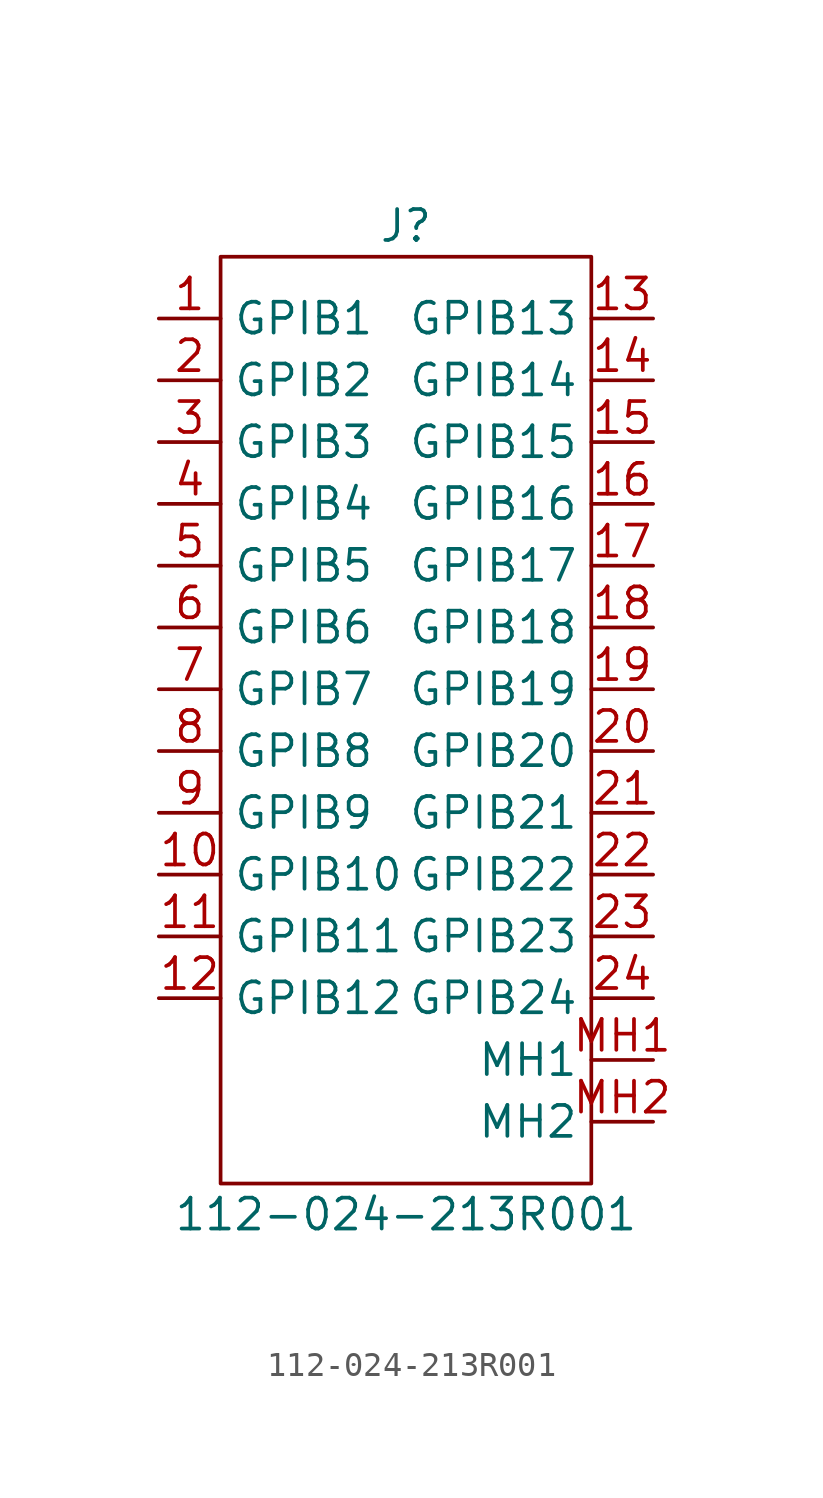
<source format=kicad_sym>
(kicad_symbol_lib
  (version 20211014)
  (generator kicad_symbol_editor)
  (symbol "112-024-213R001"
    (property "Reference" "J"
      (at 0 0 0)
      (effects (font (size 1.27 1.27))))
    (property "Value" "112-024-213R001"
      (at 0 -40.64 0)
      (effects (font (size 1.27 1.27))))
    (symbol "112-024-213R001_0_1"
      (rectangle (start -7.62 -1.27) (end 7.62 -39.37) (stroke (width 0.152) (type default) (color 0 0 0 0)) (fill (type none))))
    (symbol "112-024-213R001_1_1"
      (pin bidirectional line (at -10.16 -3.81 0) (length 2.54) (name "GPIB1" (effects (font (size 1.27 1.27)))) (number "1" (effects (font (size 1.27 1.27)))))
      (pin bidirectional line (at -10.16 -26.67 0) (length 2.54) (name "GPIB10" (effects (font (size 1.27 1.27)))) (number "10" (effects (font (size 1.27 1.27)))))
      (pin bidirectional line (at -10.16 -29.21 0) (length 2.54) (name "GPIB11" (effects (font (size 1.27 1.27)))) (number "11" (effects (font (size 1.27 1.27)))))
      (pin bidirectional line (at -10.16 -31.75 0) (length 2.54) (name "GPIB12" (effects (font (size 1.27 1.27)))) (number "12" (effects (font (size 1.27 1.27)))))
      (pin bidirectional line (at 10.16 -3.81 180) (length 2.54) (name "GPIB13" (effects (font (size 1.27 1.27)))) (number "13" (effects (font (size 1.27 1.27)))))
      (pin bidirectional line (at 10.16 -6.35 180) (length 2.54) (name "GPIB14" (effects (font (size 1.27 1.27)))) (number "14" (effects (font (size 1.27 1.27)))))
      (pin bidirectional line (at 10.16 -8.89 180) (length 2.54) (name "GPIB15" (effects (font (size 1.27 1.27)))) (number "15" (effects (font (size 1.27 1.27)))))
      (pin bidirectional line (at 10.16 -11.43 180) (length 2.54) (name "GPIB16" (effects (font (size 1.27 1.27)))) (number "16" (effects (font (size 1.27 1.27)))))
      (pin bidirectional line (at 10.16 -13.97 180) (length 2.54) (name "GPIB17" (effects (font (size 1.27 1.27)))) (number "17" (effects (font (size 1.27 1.27)))))
      (pin bidirectional line (at 10.16 -16.51 180) (length 2.54) (name "GPIB18" (effects (font (size 1.27 1.27)))) (number "18" (effects (font (size 1.27 1.27)))))
      (pin bidirectional line (at 10.16 -19.05 180) (length 2.54) (name "GPIB19" (effects (font (size 1.27 1.27)))) (number "19" (effects (font (size 1.27 1.27)))))
      (pin bidirectional line (at -10.16 -6.35 0) (length 2.54) (name "GPIB2" (effects (font (size 1.27 1.27)))) (number "2" (effects (font (size 1.27 1.27)))))
      (pin bidirectional line (at 10.16 -21.59 180) (length 2.54) (name "GPIB20" (effects (font (size 1.27 1.27)))) (number "20" (effects (font (size 1.27 1.27)))))
      (pin bidirectional line (at 10.16 -24.13 180) (length 2.54) (name "GPIB21" (effects (font (size 1.27 1.27)))) (number "21" (effects (font (size 1.27 1.27)))))
      (pin bidirectional line (at 10.16 -26.67 180) (length 2.54) (name "GPIB22" (effects (font (size 1.27 1.27)))) (number "22" (effects (font (size 1.27 1.27)))))
      (pin bidirectional line (at 10.16 -29.21 180) (length 2.54) (name "GPIB23" (effects (font (size 1.27 1.27)))) (number "23" (effects (font (size 1.27 1.27)))))
      (pin bidirectional line (at 10.16 -31.75 180) (length 2.54) (name "GPIB24" (effects (font (size 1.27 1.27)))) (number "24" (effects (font (size 1.27 1.27)))))
      (pin bidirectional line (at -10.16 -8.89 0) (length 2.54) (name "GPIB3" (effects (font (size 1.27 1.27)))) (number "3" (effects (font (size 1.27 1.27)))))
      (pin bidirectional line (at -10.16 -11.43 0) (length 2.54) (name "GPIB4" (effects (font (size 1.27 1.27)))) (number "4" (effects (font (size 1.27 1.27)))))
      (pin bidirectional line (at -10.16 -13.97 0) (length 2.54) (name "GPIB5" (effects (font (size 1.27 1.27)))) (number "5" (effects (font (size 1.27 1.27)))))
      (pin bidirectional line (at -10.16 -16.51 0) (length 2.54) (name "GPIB6" (effects (font (size 1.27 1.27)))) (number "6" (effects (font (size 1.27 1.27)))))
      (pin bidirectional line (at -10.16 -19.05 0) (length 2.54) (name "GPIB7" (effects (font (size 1.27 1.27)))) (number "7" (effects (font (size 1.27 1.27)))))
      (pin bidirectional line (at -10.16 -21.59 0) (length 2.54) (name "GPIB8" (effects (font (size 1.27 1.27)))) (number "8" (effects (font (size 1.27 1.27)))))
      (pin bidirectional line (at -10.16 -24.13 0) (length 2.54) (name "GPIB9" (effects (font (size 1.27 1.27)))) (number "9" (effects (font (size 1.27 1.27)))))
      (pin bidirectional line (at 10.16 -34.29 180) (length 2.54) (name "MH1" (effects (font (size 1.27 1.27)))) (number "MH1" (effects (font (size 1.27 1.27)))))
      (pin bidirectional line (at 10.16 -36.83 180) (length 2.54) (name "MH2" (effects (font (size 1.27 1.27)))) (number "MH2" (effects (font (size 1.27 1.27))))))))
</source>
